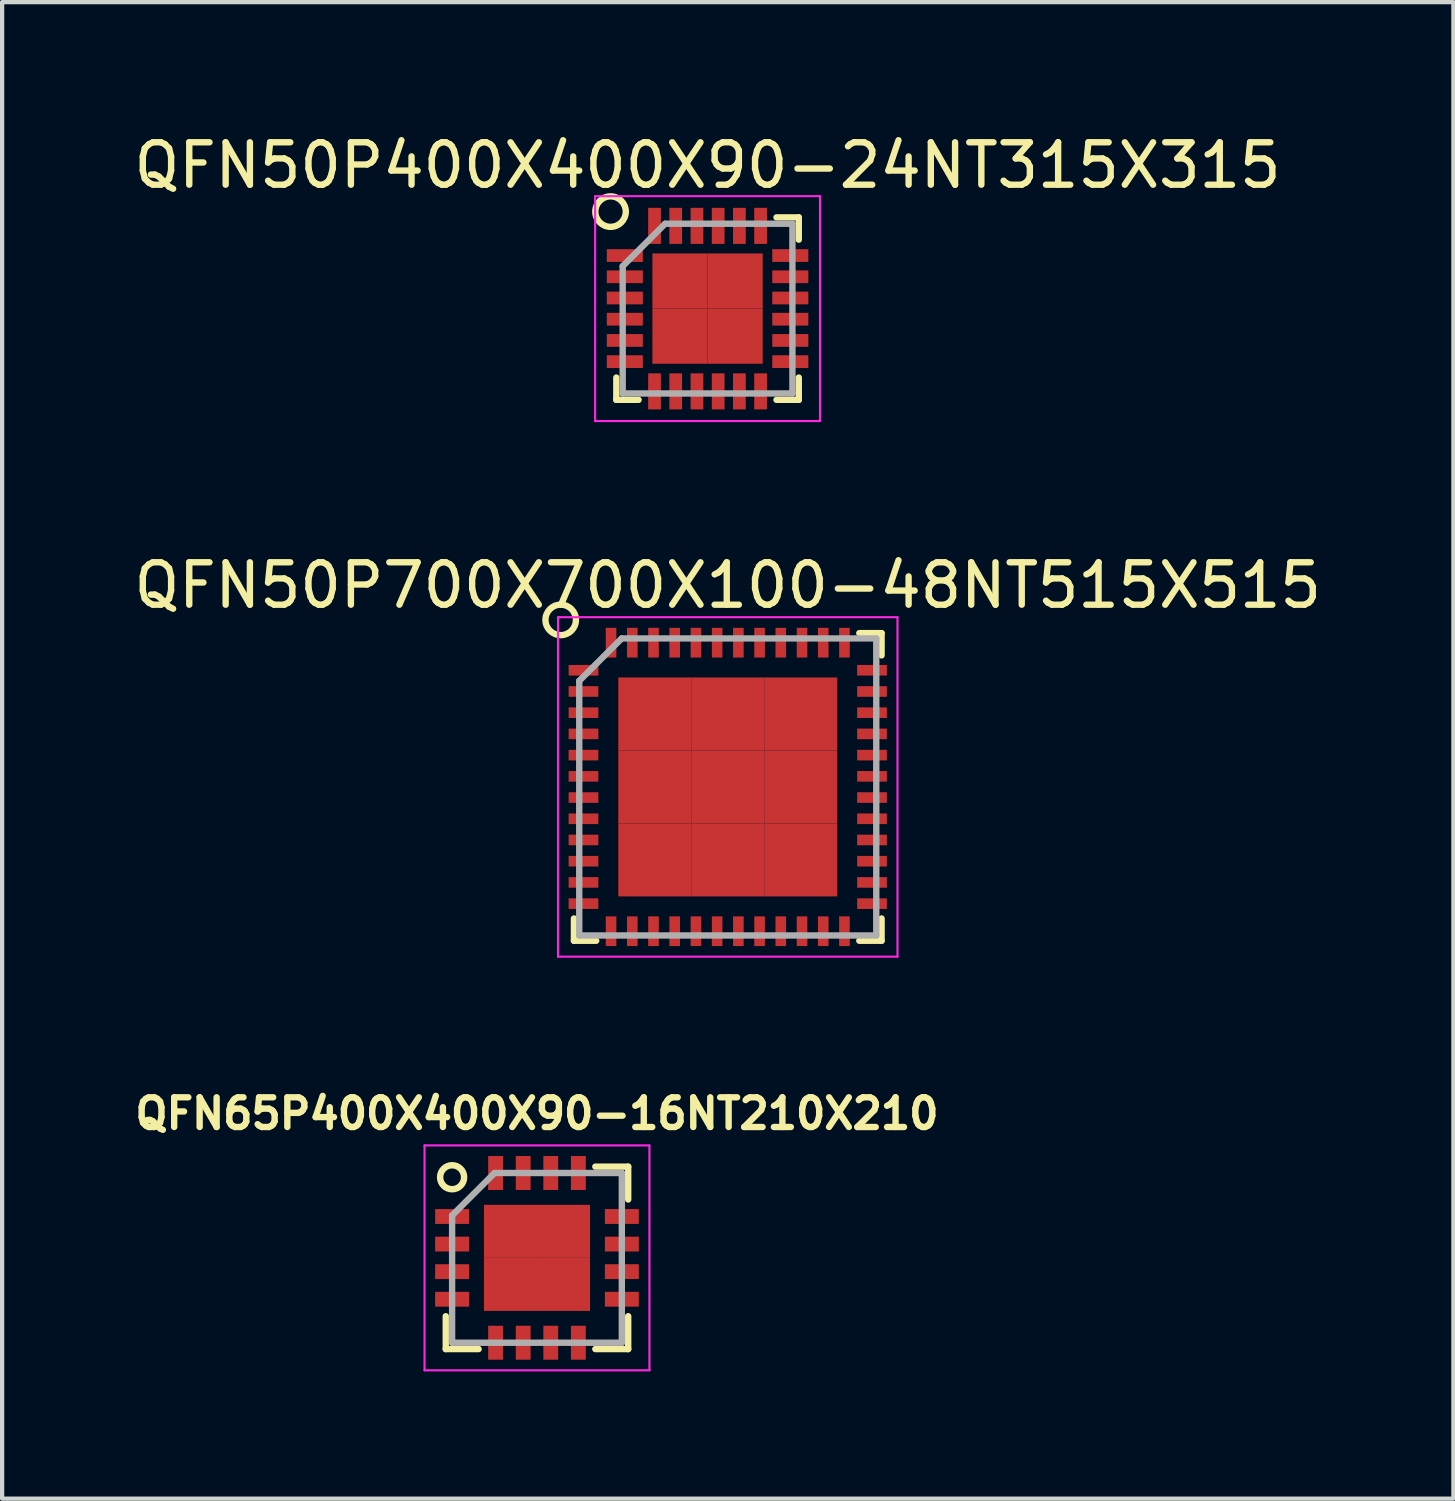
<source format=kicad_pcb>
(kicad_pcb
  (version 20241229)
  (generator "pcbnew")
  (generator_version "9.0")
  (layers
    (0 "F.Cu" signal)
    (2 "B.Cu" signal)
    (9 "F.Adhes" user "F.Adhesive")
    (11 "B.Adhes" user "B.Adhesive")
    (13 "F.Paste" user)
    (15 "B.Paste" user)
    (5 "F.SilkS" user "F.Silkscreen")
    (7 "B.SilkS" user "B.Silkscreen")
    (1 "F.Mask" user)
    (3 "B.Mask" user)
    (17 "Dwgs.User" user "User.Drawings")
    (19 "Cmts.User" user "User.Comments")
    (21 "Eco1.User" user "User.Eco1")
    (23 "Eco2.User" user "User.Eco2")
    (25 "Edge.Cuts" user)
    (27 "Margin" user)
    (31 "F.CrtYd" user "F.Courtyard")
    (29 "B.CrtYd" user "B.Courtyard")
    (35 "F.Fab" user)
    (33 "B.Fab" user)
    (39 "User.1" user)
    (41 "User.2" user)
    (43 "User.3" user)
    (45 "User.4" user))
  (footprint "QFN50P400X400X90-24NT315X315"
    (layer "F.Cu")
    (at 13.625 4.223)
    (property "Reference" "QFN50P400X400X90-24NT315X315" (at 0 -3.375 0) (layer "F.SilkS") (effects (font (size 1 1) (thickness 0.15))))
    (attr smd)
    (fp_line (start -2.15 2.15) (end -2.15 1.625) (stroke (width 0.15) (type solid)) (layer "F.SilkS"))
    (fp_line (start -2.15 2.15) (end -1.625 2.15) (stroke (width 0.15) (type solid)) (layer "F.SilkS"))
    (fp_line (start 2.15 -2.15) (end 1.625 -2.15) (stroke (width 0.15) (type solid)) (layer "F.SilkS"))
    (fp_line (start 2.15 -2.15) (end 2.15 -1.625) (stroke (width 0.15) (type solid)) (layer "F.SilkS"))
    (fp_line (start 2.15 2.15) (end 1.625 2.15) (stroke (width 0.15) (type solid)) (layer "F.SilkS"))
    (fp_line (start 2.15 2.15) (end 2.15 1.625) (stroke (width 0.15) (type solid)) (layer "F.SilkS"))
    (fp_circle (center -2.286 -2.286) (end -2.032 -2.032) (stroke (width 0.15) (type solid)) (fill no) (layer "F.SilkS"))
    (fp_line (start -2.65 -2.65) (end -2.65 2.65) (stroke (width 0.05) (type solid)) (layer "F.CrtYd"))
    (fp_line (start -2.65 -2.65) (end 2.65 -2.65) (stroke (width 0.05) (type solid)) (layer "F.CrtYd"))
    (fp_line (start -2.65 2.65) (end 2.65 2.65) (stroke (width 0.05) (type solid)) (layer "F.CrtYd"))
    (fp_line (start 2.65 -2.65) (end 2.65 2.65) (stroke (width 0.05) (type solid)) (layer "F.CrtYd"))
    (fp_line (start -2 -1) (end -1 -2) (stroke (width 0.15) (type solid)) (layer "F.Fab"))
    (fp_line (start -2 2) (end -2 -1) (stroke (width 0.15) (type solid)) (layer "F.Fab"))
    (fp_line (start -1 -2) (end 2 -2) (stroke (width 0.15) (type solid)) (layer "F.Fab"))
    (fp_line (start 2 -2) (end 2 2) (stroke (width 0.15) (type solid)) (layer "F.Fab"))
    (fp_line (start 2 2) (end -2 2) (stroke (width 0.15) (type solid)) (layer "F.Fab"))
    (pad "1" smd rect (at -1.95 -1.25) (size 0.85 0.3) (layers "F.Cu" "F.Mask" "F.Paste"))
    (pad "2" smd rect (at -1.95 -0.75) (size 0.85 0.3) (layers "F.Cu" "F.Mask" "F.Paste"))
    (pad "3" smd rect (at -1.95 -0.25) (size 0.85 0.3) (layers "F.Cu" "F.Mask" "F.Paste"))
    (pad "4" smd rect (at -1.95 0.25) (size 0.85 0.3) (layers "F.Cu" "F.Mask" "F.Paste"))
    (pad "5" smd rect (at -1.95 0.75) (size 0.85 0.3) (layers "F.Cu" "F.Mask" "F.Paste"))
    (pad "6" smd rect (at -1.95 1.25) (size 0.85 0.3) (layers "F.Cu" "F.Mask" "F.Paste"))
    (pad "7" smd rect (at -1.25 1.95 90) (size 0.85 0.3) (layers "F.Cu" "F.Mask" "F.Paste"))
    (pad "8" smd rect (at -0.75 1.95 90) (size 0.85 0.3) (layers "F.Cu" "F.Mask" "F.Paste"))
    (pad "9" smd rect (at -0.25 1.95 90) (size 0.85 0.3) (layers "F.Cu" "F.Mask" "F.Paste"))
    (pad "10" smd rect (at 0.25 1.95 90) (size 0.85 0.3) (layers "F.Cu" "F.Mask" "F.Paste"))
    (pad "11" smd rect (at 0.75 1.95 90) (size 0.85 0.3) (layers "F.Cu" "F.Mask" "F.Paste"))
    (pad "12" smd rect (at 1.25 1.95 90) (size 0.85 0.3) (layers "F.Cu" "F.Mask" "F.Paste"))
    (pad "13" smd rect (at 1.95 1.25) (size 0.85 0.3) (layers "F.Cu" "F.Mask" "F.Paste"))
    (pad "14" smd rect (at 1.95 0.75) (size 0.85 0.3) (layers "F.Cu" "F.Mask" "F.Paste"))
    (pad "15" smd rect (at 1.95 0.25) (size 0.85 0.3) (layers "F.Cu" "F.Mask" "F.Paste"))
    (pad "16" smd rect (at 1.95 -0.25) (size 0.85 0.3) (layers "F.Cu" "F.Mask" "F.Paste"))
    (pad "17" smd rect (at 1.95 -0.75) (size 0.85 0.3) (layers "F.Cu" "F.Mask" "F.Paste"))
    (pad "18" smd rect (at 1.95 -1.25) (size 0.85 0.3) (layers "F.Cu" "F.Mask" "F.Paste"))
    (pad "19" smd rect (at 1.25 -1.95 90) (size 0.85 0.3) (layers "F.Cu" "F.Mask" "F.Paste"))
    (pad "20" smd rect (at 0.75 -1.95 90) (size 0.85 0.3) (layers "F.Cu" "F.Mask" "F.Paste"))
    (pad "21" smd rect (at 0.25 -1.95 90) (size 0.85 0.3) (layers "F.Cu" "F.Mask" "F.Paste"))
    (pad "22" smd rect (at -0.25 -1.95 90) (size 0.85 0.3) (layers "F.Cu" "F.Mask" "F.Paste"))
    (pad "23" smd rect (at -0.75 -1.95 90) (size 0.85 0.3) (layers "F.Cu" "F.Mask" "F.Paste"))
    (pad "24" smd rect (at -1.25 -1.95 90) (size 0.85 0.3) (layers "F.Cu" "F.Mask" "F.Paste"))
    (pad "25" smd rect (at -0.65 -0.65) (size 1.3 1.3) (layers "F.Cu" "F.Mask" "F.Paste"))
    (pad "25" smd rect (at -0.65 0.65) (size 1.3 1.3) (layers "F.Cu" "F.Mask" "F.Paste"))
    (pad "25" smd rect (at 0.65 -0.65) (size 1.3 1.3) (layers "F.Cu" "F.Mask" "F.Paste"))
    (pad "25" smd rect (at 0.65 0.65) (size 1.3 1.3) (layers "F.Cu" "F.Mask" "F.Paste")))
  (footprint "QFN65P400X400X90-16NT210X210"
    (layer "F.Cu")
    (at 9.605 26.594)
    (property "Reference" "QFN65P400X400X90-16NT210X210" (at 0 -3.4 0) (layer "F.SilkS") (effects (font (size 0.7 0.7) (thickness 0.15))))
    (attr smd)
    (fp_line (start -2.15 2.15) (end -2.15 1.375) (stroke (width 0.15) (type solid)) (layer "F.SilkS"))
    (fp_line (start -2.15 2.15) (end -1.375 2.15) (stroke (width 0.15) (type solid)) (layer "F.SilkS"))
    (fp_line (start 2.15 -2.15) (end 1.375 -2.15) (stroke (width 0.15) (type solid)) (layer "F.SilkS"))
    (fp_line (start 2.15 -2.15) (end 2.15 -1.375) (stroke (width 0.15) (type solid)) (layer "F.SilkS"))
    (fp_line (start 2.15 2.15) (end 1.375 2.15) (stroke (width 0.15) (type solid)) (layer "F.SilkS"))
    (fp_line (start 2.15 2.15) (end 2.15 1.375) (stroke (width 0.15) (type solid)) (layer "F.SilkS"))
    (fp_circle (center -2 -1.9) (end -1.8 -1.7) (stroke (width 0.152) (type solid)) (fill no) (layer "F.SilkS"))
    (fp_line (start -2.65 -2.65) (end -2.65 2.65) (stroke (width 0.05) (type solid)) (layer "F.CrtYd"))
    (fp_line (start -2.65 -2.65) (end 2.65 -2.65) (stroke (width 0.05) (type solid)) (layer "F.CrtYd"))
    (fp_line (start -2.65 2.65) (end 2.65 2.65) (stroke (width 0.05) (type solid)) (layer "F.CrtYd"))
    (fp_line (start 2.65 -2.65) (end 2.65 2.65) (stroke (width 0.05) (type solid)) (layer "F.CrtYd"))
    (fp_line (start -2 -1) (end -1 -2) (stroke (width 0.15) (type solid)) (layer "F.Fab"))
    (fp_line (start -2 2) (end -2 -1) (stroke (width 0.15) (type solid)) (layer "F.Fab"))
    (fp_line (start -1 -2) (end 2 -2) (stroke (width 0.15) (type solid)) (layer "F.Fab"))
    (fp_line (start 2 -2) (end 2 2) (stroke (width 0.15) (type solid)) (layer "F.Fab"))
    (fp_line (start 2 2) (end -2 2) (stroke (width 0.15) (type solid)) (layer "F.Fab"))
    (pad "1" smd rect (at -2 -0.975) (size 0.8 0.35) (layers "F.Cu" "F.Mask" "F.Paste"))
    (pad "2" smd rect (at -2 -0.325) (size 0.8 0.35) (layers "F.Cu" "F.Mask" "F.Paste"))
    (pad "3" smd rect (at -2 0.325) (size 0.8 0.35) (layers "F.Cu" "F.Mask" "F.Paste"))
    (pad "4" smd rect (at -2 0.975) (size 0.8 0.35) (layers "F.Cu" "F.Mask" "F.Paste"))
    (pad "5" smd rect (at -0.975 2 90) (size 0.8 0.35) (layers "F.Cu" "F.Mask" "F.Paste"))
    (pad "6" smd rect (at -0.325 2 90) (size 0.8 0.35) (layers "F.Cu" "F.Mask" "F.Paste"))
    (pad "7" smd rect (at 0.325 2 90) (size 0.8 0.35) (layers "F.Cu" "F.Mask" "F.Paste"))
    (pad "8" smd rect (at 0.975 2 90) (size 0.8 0.35) (layers "F.Cu" "F.Mask" "F.Paste"))
    (pad "9" smd rect (at 2 0.975) (size 0.8 0.35) (layers "F.Cu" "F.Mask" "F.Paste"))
    (pad "10" smd rect (at 2 0.325) (size 0.8 0.35) (layers "F.Cu" "F.Mask" "F.Paste"))
    (pad "11" smd rect (at 2 -0.325) (size 0.8 0.35) (layers "F.Cu" "F.Mask" "F.Paste"))
    (pad "12" smd rect (at 2 -0.975) (size 0.8 0.35) (layers "F.Cu" "F.Mask" "F.Paste"))
    (pad "13" smd rect (at 0.975 -2 90) (size 0.8 0.35) (layers "F.Cu" "F.Mask" "F.Paste"))
    (pad "14" smd rect (at 0.325 -2 90) (size 0.8 0.35) (layers "F.Cu" "F.Mask" "F.Paste"))
    (pad "15" smd rect (at -0.325 -2 90) (size 0.8 0.35) (layers "F.Cu" "F.Mask" "F.Paste"))
    (pad "16" smd rect (at -0.975 -2 90) (size 0.8 0.35) (layers "F.Cu" "F.Mask" "F.Paste"))
    (pad "17" smd rect (at -0.625 -0.625) (size 1.25 1.25) (layers "F.Cu" "F.Mask" "F.Paste"))
    (pad "17" smd rect (at -0.625 0.625) (size 1.25 1.25) (layers "F.Cu" "F.Mask" "F.Paste"))
    (pad "17" smd rect (at 0.625 -0.625) (size 1.25 1.25) (layers "F.Cu" "F.Mask" "F.Paste"))
    (pad "17" smd rect (at 0.625 0.625) (size 1.25 1.25) (layers "F.Cu" "F.Mask" "F.Paste")))
  (footprint "QFN50P700X700X100-48NT515X515"
    (layer "F.Cu")
    (at 14.101 15.496)
    (property "Reference" "QFN50P700X700X100-48NT515X515" (at 0 -4.75 0) (layer "F.SilkS") (effects (font (size 1 1) (thickness 0.15))))
    (attr smd)
    (fp_line (start -3.625 3.625) (end -3.625 3.1) (stroke (width 0.15) (type solid)) (layer "F.SilkS"))
    (fp_line (start -3.625 3.625) (end -3.1 3.625) (stroke (width 0.15) (type solid)) (layer "F.SilkS"))
    (fp_line (start 3.625 -3.625) (end 3.1 -3.625) (stroke (width 0.15) (type solid)) (layer "F.SilkS"))
    (fp_line (start 3.625 -3.625) (end 3.625 -3.1) (stroke (width 0.15) (type solid)) (layer "F.SilkS"))
    (fp_line (start 3.625 3.625) (end 3.1 3.625) (stroke (width 0.15) (type solid)) (layer "F.SilkS"))
    (fp_line (start 3.625 3.625) (end 3.625 3.1) (stroke (width 0.15) (type solid)) (layer "F.SilkS"))
    (fp_circle (center -3.937 -3.937) (end -3.683 -3.683) (stroke (width 0.15) (type solid)) (fill no) (layer "F.SilkS"))
    (fp_line (start -4 -4) (end -4 4) (stroke (width 0.05) (type solid)) (layer "F.CrtYd"))
    (fp_line (start -4 -4) (end 4 -4) (stroke (width 0.05) (type solid)) (layer "F.CrtYd"))
    (fp_line (start -4 4) (end 4 4) (stroke (width 0.05) (type solid)) (layer "F.CrtYd"))
    (fp_line (start 4 -4) (end 4 4) (stroke (width 0.05) (type solid)) (layer "F.CrtYd"))
    (fp_line (start -3.5 -2.5) (end -2.5 -3.5) (stroke (width 0.15) (type solid)) (layer "F.Fab"))
    (fp_line (start -3.5 3.5) (end -3.5 -2.5) (stroke (width 0.15) (type solid)) (layer "F.Fab"))
    (fp_line (start -2.5 -3.5) (end 3.5 -3.5) (stroke (width 0.15) (type solid)) (layer "F.Fab"))
    (fp_line (start 3.5 -3.5) (end 3.5 3.5) (stroke (width 0.15) (type solid)) (layer "F.Fab"))
    (fp_line (start 3.5 3.5) (end -3.5 3.5) (stroke (width 0.15) (type solid)) (layer "F.Fab"))
    (pad "1" smd rect (at -3.4 -2.75) (size 0.7 0.25) (layers "F.Cu" "F.Mask" "F.Paste"))
    (pad "2" smd rect (at -3.4 -2.25) (size 0.7 0.25) (layers "F.Cu" "F.Mask" "F.Paste"))
    (pad "3" smd rect (at -3.4 -1.75) (size 0.7 0.25) (layers "F.Cu" "F.Mask" "F.Paste"))
    (pad "4" smd rect (at -3.4 -1.25) (size 0.7 0.25) (layers "F.Cu" "F.Mask" "F.Paste"))
    (pad "5" smd rect (at -3.4 -0.75) (size 0.7 0.25) (layers "F.Cu" "F.Mask" "F.Paste"))
    (pad "6" smd rect (at -3.4 -0.25) (size 0.7 0.25) (layers "F.Cu" "F.Mask" "F.Paste"))
    (pad "7" smd rect (at -3.4 0.25) (size 0.7 0.25) (layers "F.Cu" "F.Mask" "F.Paste"))
    (pad "8" smd rect (at -3.4 0.75) (size 0.7 0.25) (layers "F.Cu" "F.Mask" "F.Paste"))
    (pad "9" smd rect (at -3.4 1.25) (size 0.7 0.25) (layers "F.Cu" "F.Mask" "F.Paste"))
    (pad "10" smd rect (at -3.4 1.75) (size 0.7 0.25) (layers "F.Cu" "F.Mask" "F.Paste"))
    (pad "11" smd rect (at -3.4 2.25) (size 0.7 0.25) (layers "F.Cu" "F.Mask" "F.Paste"))
    (pad "12" smd rect (at -3.4 2.75) (size 0.7 0.25) (layers "F.Cu" "F.Mask" "F.Paste"))
    (pad "13" smd rect (at -2.75 3.4 90) (size 0.7 0.25) (layers "F.Cu" "F.Mask" "F.Paste"))
    (pad "14" smd rect (at -2.25 3.4 90) (size 0.7 0.25) (layers "F.Cu" "F.Mask" "F.Paste"))
    (pad "15" smd rect (at -1.75 3.4 90) (size 0.7 0.25) (layers "F.Cu" "F.Mask" "F.Paste"))
    (pad "16" smd rect (at -1.25 3.4 90) (size 0.7 0.25) (layers "F.Cu" "F.Mask" "F.Paste"))
    (pad "17" smd rect (at -0.75 3.4 90) (size 0.7 0.25) (layers "F.Cu" "F.Mask" "F.Paste"))
    (pad "18" smd rect (at -0.25 3.4 90) (size 0.7 0.25) (layers "F.Cu" "F.Mask" "F.Paste"))
    (pad "19" smd rect (at 0.25 3.4 90) (size 0.7 0.25) (layers "F.Cu" "F.Mask" "F.Paste"))
    (pad "20" smd rect (at 0.75 3.4 90) (size 0.7 0.25) (layers "F.Cu" "F.Mask" "F.Paste"))
    (pad "21" smd rect (at 1.25 3.4 90) (size 0.7 0.25) (layers "F.Cu" "F.Mask" "F.Paste"))
    (pad "22" smd rect (at 1.75 3.4 90) (size 0.7 0.25) (layers "F.Cu" "F.Mask" "F.Paste"))
    (pad "23" smd rect (at 2.25 3.4 90) (size 0.7 0.25) (layers "F.Cu" "F.Mask" "F.Paste"))
    (pad "24" smd rect (at 2.75 3.4 90) (size 0.7 0.25) (layers "F.Cu" "F.Mask" "F.Paste"))
    (pad "25" smd rect (at 3.4 2.75) (size 0.7 0.25) (layers "F.Cu" "F.Mask" "F.Paste"))
    (pad "26" smd rect (at 3.4 2.25) (size 0.7 0.25) (layers "F.Cu" "F.Mask" "F.Paste"))
    (pad "27" smd rect (at 3.4 1.75) (size 0.7 0.25) (layers "F.Cu" "F.Mask" "F.Paste"))
    (pad "28" smd rect (at 3.4 1.25) (size 0.7 0.25) (layers "F.Cu" "F.Mask" "F.Paste"))
    (pad "29" smd rect (at 3.4 0.75) (size 0.7 0.25) (layers "F.Cu" "F.Mask" "F.Paste"))
    (pad "30" smd rect (at 3.4 0.25) (size 0.7 0.25) (layers "F.Cu" "F.Mask" "F.Paste"))
    (pad "31" smd rect (at 3.4 -0.25) (size 0.7 0.25) (layers "F.Cu" "F.Mask" "F.Paste"))
    (pad "32" smd rect (at 3.4 -0.75) (size 0.7 0.25) (layers "F.Cu" "F.Mask" "F.Paste"))
    (pad "33" smd rect (at 3.4 -1.25) (size 0.7 0.25) (layers "F.Cu" "F.Mask" "F.Paste"))
    (pad "34" smd rect (at 3.4 -1.75) (size 0.7 0.25) (layers "F.Cu" "F.Mask" "F.Paste"))
    (pad "35" smd rect (at 3.4 -2.25) (size 0.7 0.25) (layers "F.Cu" "F.Mask" "F.Paste"))
    (pad "36" smd rect (at 3.4 -2.75) (size 0.7 0.25) (layers "F.Cu" "F.Mask" "F.Paste"))
    (pad "37" smd rect (at 2.75 -3.4 90) (size 0.7 0.25) (layers "F.Cu" "F.Mask" "F.Paste"))
    (pad "38" smd rect (at 2.25 -3.4 90) (size 0.7 0.25) (layers "F.Cu" "F.Mask" "F.Paste"))
    (pad "39" smd rect (at 1.75 -3.4 90) (size 0.7 0.25) (layers "F.Cu" "F.Mask" "F.Paste"))
    (pad "40" smd rect (at 1.25 -3.4 90) (size 0.7 0.25) (layers "F.Cu" "F.Mask" "F.Paste"))
    (pad "41" smd rect (at 0.75 -3.4 90) (size 0.7 0.25) (layers "F.Cu" "F.Mask" "F.Paste"))
    (pad "42" smd rect (at 0.25 -3.4 90) (size 0.7 0.25) (layers "F.Cu" "F.Mask" "F.Paste"))
    (pad "43" smd rect (at -0.25 -3.4 90) (size 0.7 0.25) (layers "F.Cu" "F.Mask" "F.Paste"))
    (pad "44" smd rect (at -0.75 -3.4 90) (size 0.7 0.25) (layers "F.Cu" "F.Mask" "F.Paste"))
    (pad "45" smd rect (at -1.25 -3.4 90) (size 0.7 0.25) (layers "F.Cu" "F.Mask" "F.Paste"))
    (pad "46" smd rect (at -1.75 -3.4 90) (size 0.7 0.25) (layers "F.Cu" "F.Mask" "F.Paste"))
    (pad "47" smd rect (at -2.25 -3.4 90) (size 0.7 0.25) (layers "F.Cu" "F.Mask" "F.Paste"))
    (pad "48" smd rect (at -2.75 -3.4 90) (size 0.7 0.25) (layers "F.Cu" "F.Mask" "F.Paste"))
    (pad "49" smd rect (at -1.72 -1.72) (size 1.72 1.72) (layers "F.Cu" "F.Mask" "F.Paste"))
    (pad "49" smd rect (at -1.72 0) (size 1.72 1.72) (layers "F.Cu" "F.Mask" "F.Paste"))
    (pad "49" smd rect (at -1.72 1.72) (size 1.72 1.72) (layers "F.Cu" "F.Mask" "F.Paste"))
    (pad "49" smd rect (at 0 -1.72) (size 1.72 1.72) (layers "F.Cu" "F.Mask" "F.Paste"))
    (pad "49" smd rect (at 0 0) (size 1.72 1.72) (layers "F.Cu" "F.Mask" "F.Paste"))
    (pad "49" smd rect (at 0 1.72) (size 1.72 1.72) (layers "F.Cu" "F.Mask" "F.Paste"))
    (pad "49" smd rect (at 1.72 -1.72) (size 1.72 1.72) (layers "F.Cu" "F.Mask" "F.Paste"))
    (pad "49" smd rect (at 1.72 0) (size 1.72 1.72) (layers "F.Cu" "F.Mask" "F.Paste"))
    (pad "49" smd rect (at 1.72 1.72) (size 1.72 1.72) (layers "F.Cu" "F.Mask" "F.Paste")))
  (gr_rect
    (start -3 -3)
    (end 31.202 32.269)
    (stroke (width 0.1) (type default))
    (fill no)
    (layer "Edge.Cuts")))
</source>
